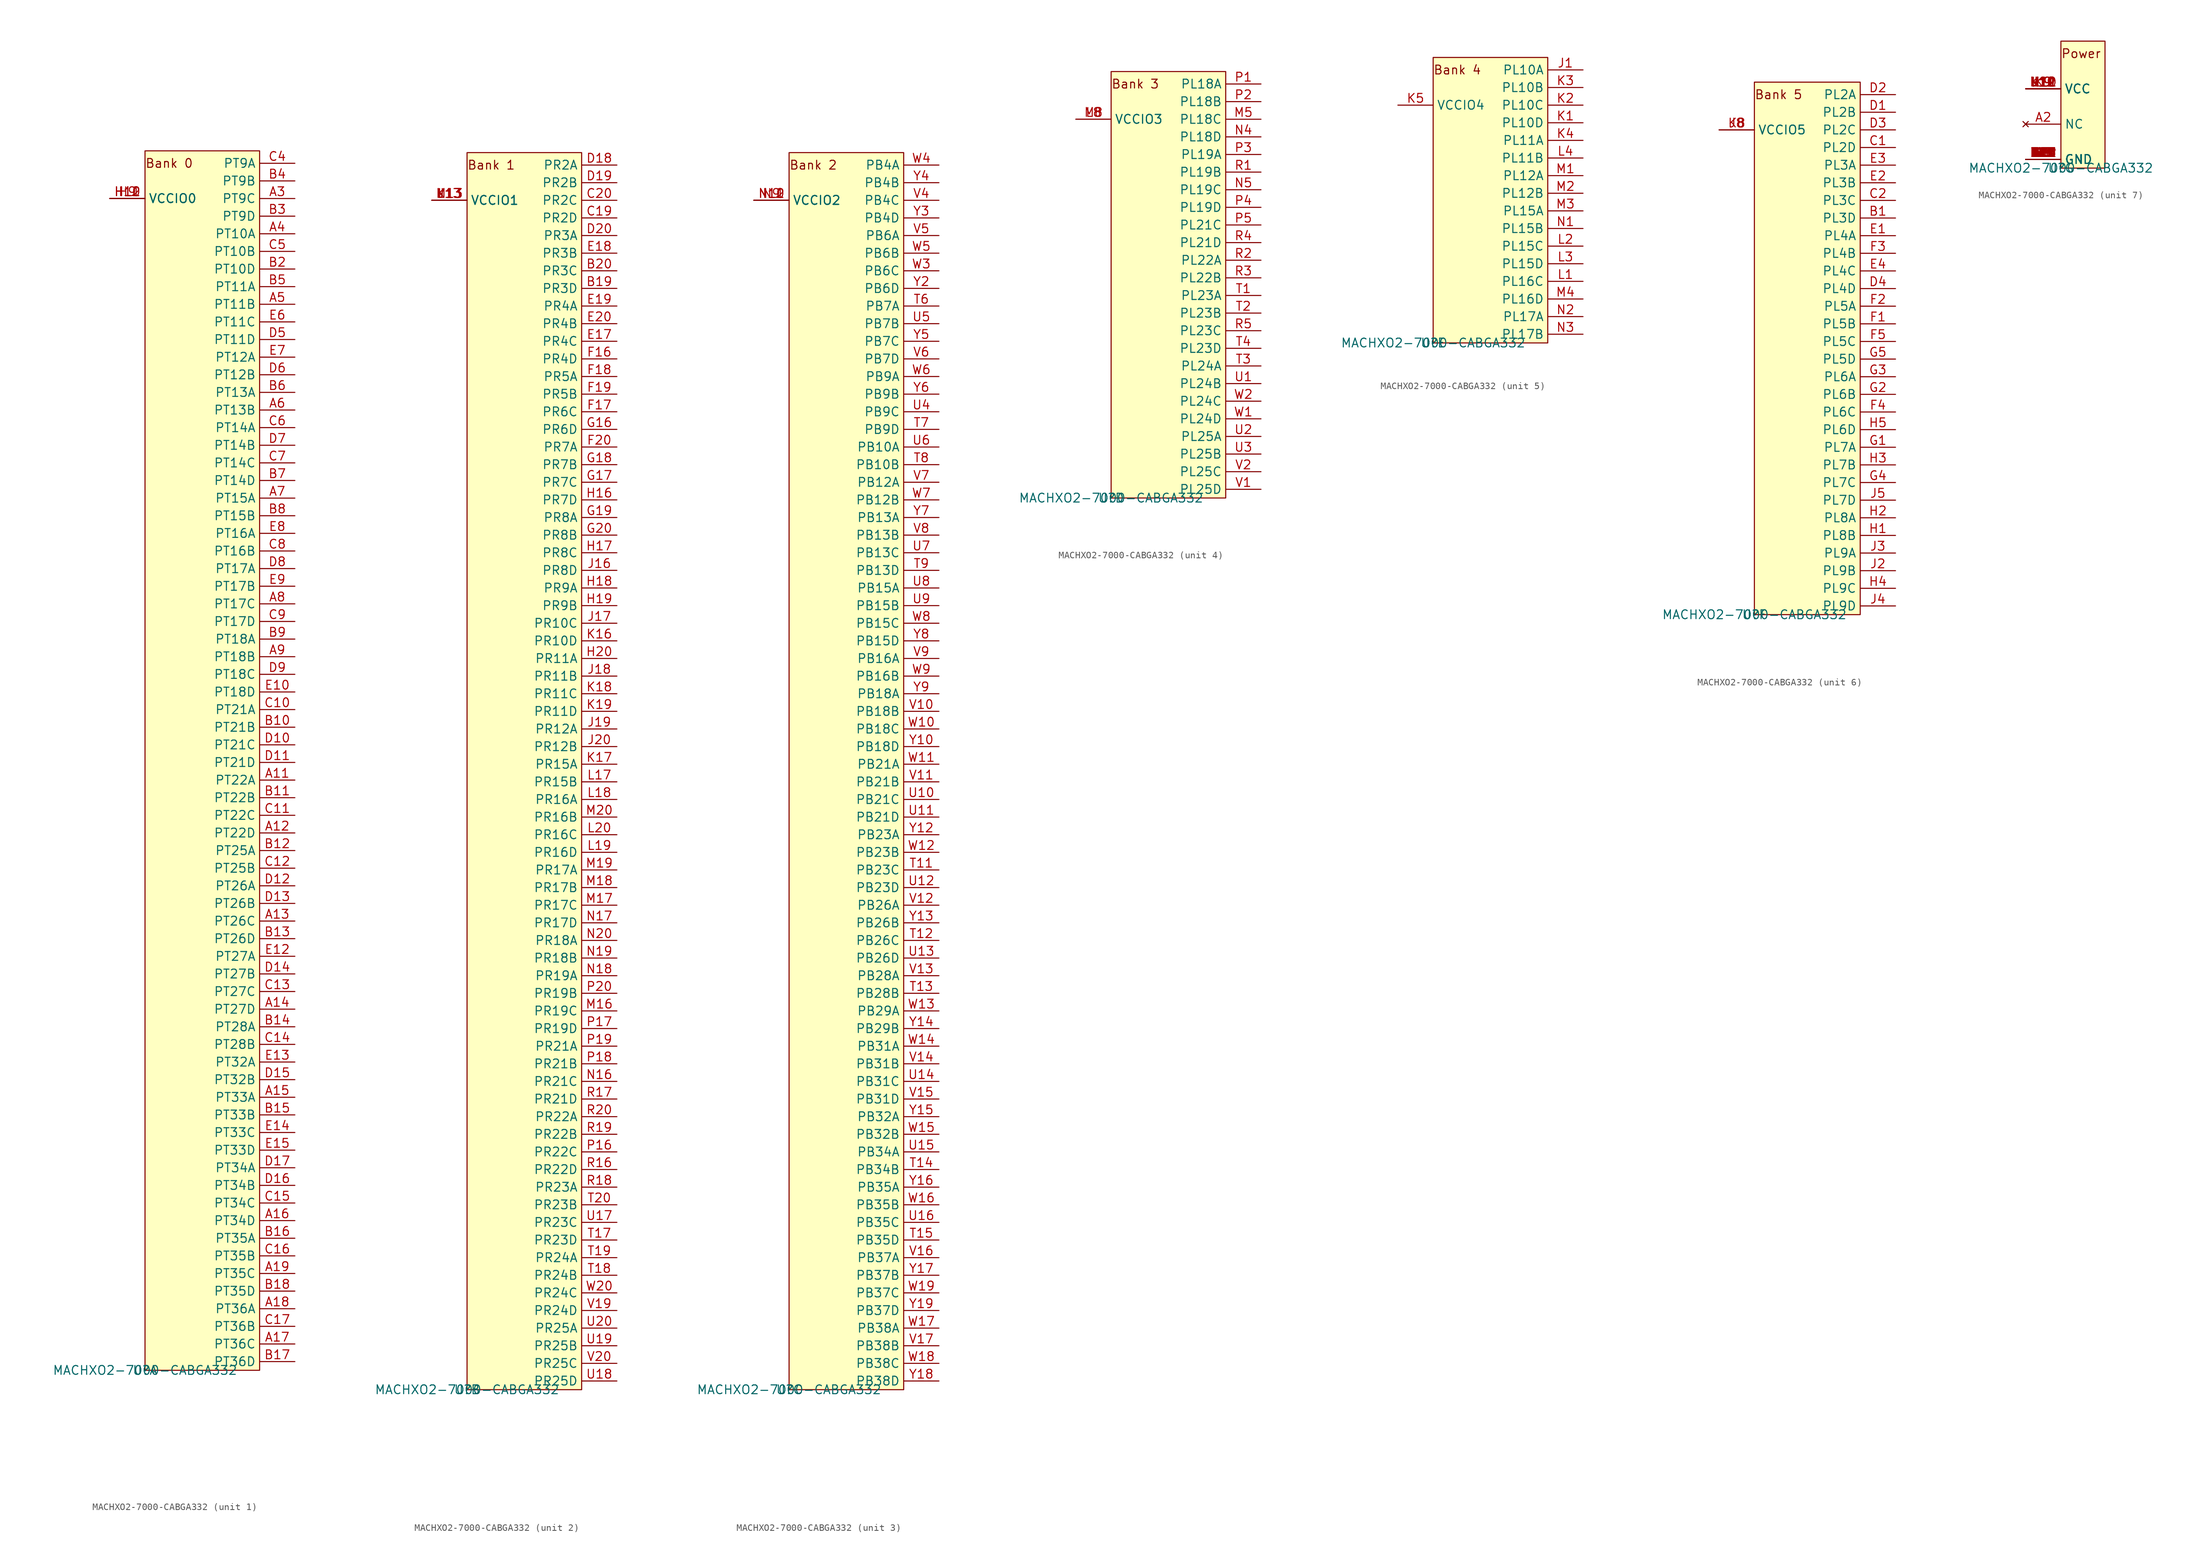
<source format=kicad_sym>
(kicad_symbol_lib
  (version 20211014)
  (generator kicad_symbol_editor)
  (symbol "MACHXO2-7000-CABGA332"
    (property "Reference" "U"
      (at 0 0 0)
      (effects (font (size 1.27 1.27))))
    (property "Value" "MACHXO2-7000-CABGA332"
      (at 0 0 0)
      (effects (font (size 1.27 1.27))))
    (property "ki_locked" ""
      (at 0 0 0)
      (effects (font (size 1.27 1.27))))
    (symbol "MACHXO2-7000-CABGA332_1_0"
      (pin power_in line (at -5.08 168.894 0) (length 5.08) (name "VCCIO0" (effects (font (size 1.27 1.27)))) (number "H9" (effects (font (size 1.27 1.27)))))
      (pin power_in line (at -5.08 168.894 0) (length 5.08) (name "VCCIO0" (effects (font (size 1.27 1.27)))) (number "H10" (effects (font (size 1.27 1.27)))))
      (pin power_in line (at -5.08 168.894 0) (length 5.08) (name "VCCIO0" (effects (font (size 1.27 1.27)))) (number "H11" (effects (font (size 1.27 1.27)))))
      (pin power_in line (at -5.08 168.894 0) (length 5.08) (name "VCCIO0" (effects (font (size 1.27 1.27)))) (number "H12" (effects (font (size 1.27 1.27)))))
      (pin bidirectional line (at 21.59 173.974 180) (length 5.08) (name "PT9A" (effects (font (size 1.27 1.27)))) (number "C4" (effects (font (size 1.27 1.27)))))
      (pin bidirectional line (at 21.59 171.434 180) (length 5.08) (name "PT9B" (effects (font (size 1.27 1.27)))) (number "B4" (effects (font (size 1.27 1.27)))))
      (pin bidirectional line (at 21.59 168.894 180) (length 5.08) (name "PT9C" (effects (font (size 1.27 1.27)))) (number "A3" (effects (font (size 1.27 1.27)))))
      (pin bidirectional line (at 21.59 166.354 180) (length 5.08) (name "PT9D" (effects (font (size 1.27 1.27)))) (number "B3" (effects (font (size 1.27 1.27)))))
      (pin bidirectional line (at 21.59 163.814 180) (length 5.08) (name "PT10A" (effects (font (size 1.27 1.27)))) (number "A4" (effects (font (size 1.27 1.27)))))
      (pin bidirectional line (at 21.59 161.274 180) (length 5.08) (name "PT10B" (effects (font (size 1.27 1.27)))) (number "C5" (effects (font (size 1.27 1.27)))))
      (pin bidirectional line (at 21.59 158.734 180) (length 5.08) (name "PT10D" (effects (font (size 1.27 1.27)))) (number "B2" (effects (font (size 1.27 1.27)))))
      (pin bidirectional line (at 21.59 156.194 180) (length 5.08) (name "PT11A" (effects (font (size 1.27 1.27)))) (number "B5" (effects (font (size 1.27 1.27)))))
      (pin bidirectional line (at 21.59 153.654 180) (length 5.08) (name "PT11B" (effects (font (size 1.27 1.27)))) (number "A5" (effects (font (size 1.27 1.27)))))
      (pin bidirectional line (at 21.59 151.114 180) (length 5.08) (name "PT11C" (effects (font (size 1.27 1.27)))) (number "E6" (effects (font (size 1.27 1.27)))))
      (pin bidirectional line (at 21.59 148.574 180) (length 5.08) (name "PT11D" (effects (font (size 1.27 1.27)))) (number "D5" (effects (font (size 1.27 1.27)))))
      (pin bidirectional line (at 21.59 146.034 180) (length 5.08) (name "PT12A" (effects (font (size 1.27 1.27)))) (number "E7" (effects (font (size 1.27 1.27)))))
      (pin bidirectional line (at 21.59 143.494 180) (length 5.08) (name "PT12B" (effects (font (size 1.27 1.27)))) (number "D6" (effects (font (size 1.27 1.27)))))
      (pin bidirectional line (at 21.59 140.954 180) (length 5.08) (name "PT13A" (effects (font (size 1.27 1.27)))) (number "B6" (effects (font (size 1.27 1.27)))))
      (pin bidirectional line (at 21.59 138.414 180) (length 5.08) (name "PT13B" (effects (font (size 1.27 1.27)))) (number "A6" (effects (font (size 1.27 1.27)))))
      (pin bidirectional line (at 21.59 135.874 180) (length 5.08) (name "PT14A" (effects (font (size 1.27 1.27)))) (number "C6" (effects (font (size 1.27 1.27)))))
      (pin bidirectional line (at 21.59 133.334 180) (length 5.08) (name "PT14B" (effects (font (size 1.27 1.27)))) (number "D7" (effects (font (size 1.27 1.27)))))
      (pin bidirectional line (at 21.59 130.794 180) (length 5.08) (name "PT14C" (effects (font (size 1.27 1.27)))) (number "C7" (effects (font (size 1.27 1.27)))))
      (pin bidirectional line (at 21.59 128.254 180) (length 5.08) (name "PT14D" (effects (font (size 1.27 1.27)))) (number "B7" (effects (font (size 1.27 1.27)))))
      (pin bidirectional line (at 21.59 125.714 180) (length 5.08) (name "PT15A" (effects (font (size 1.27 1.27)))) (number "A7" (effects (font (size 1.27 1.27)))))
      (pin bidirectional line (at 21.59 123.174 180) (length 5.08) (name "PT15B" (effects (font (size 1.27 1.27)))) (number "B8" (effects (font (size 1.27 1.27)))))
      (pin bidirectional line (at 21.59 120.634 180) (length 5.08) (name "PT16A" (effects (font (size 1.27 1.27)))) (number "E8" (effects (font (size 1.27 1.27)))))
      (pin bidirectional line (at 21.59 118.094 180) (length 5.08) (name "PT16B" (effects (font (size 1.27 1.27)))) (number "C8" (effects (font (size 1.27 1.27)))))
      (pin bidirectional line (at 21.59 115.554 180) (length 5.08) (name "PT17A" (effects (font (size 1.27 1.27)))) (number "D8" (effects (font (size 1.27 1.27)))))
      (pin bidirectional line (at 21.59 113.014 180) (length 5.08) (name "PT17B" (effects (font (size 1.27 1.27)))) (number "E9" (effects (font (size 1.27 1.27)))))
      (pin bidirectional line (at 21.59 110.474 180) (length 5.08) (name "PT17C" (effects (font (size 1.27 1.27)))) (number "A8" (effects (font (size 1.27 1.27)))))
      (pin bidirectional line (at 21.59 107.934 180) (length 5.08) (name "PT17D" (effects (font (size 1.27 1.27)))) (number "C9" (effects (font (size 1.27 1.27)))))
      (pin bidirectional line (at 21.59 105.394 180) (length 5.08) (name "PT18A" (effects (font (size 1.27 1.27)))) (number "B9" (effects (font (size 1.27 1.27)))))
      (pin bidirectional line (at 21.59 102.854 180) (length 5.08) (name "PT18B" (effects (font (size 1.27 1.27)))) (number "A9" (effects (font (size 1.27 1.27)))))
      (pin bidirectional line (at 21.59 100.314 180) (length 5.08) (name "PT18C" (effects (font (size 1.27 1.27)))) (number "D9" (effects (font (size 1.27 1.27)))))
      (pin bidirectional line (at 21.59 97.774 180) (length 5.08) (name "PT18D" (effects (font (size 1.27 1.27)))) (number "E10" (effects (font (size 1.27 1.27)))))
      (pin bidirectional line (at 21.59 95.234 180) (length 5.08) (name "PT21A" (effects (font (size 1.27 1.27)))) (number "C10" (effects (font (size 1.27 1.27)))))
      (pin bidirectional line (at 21.59 92.694 180) (length 5.08) (name "PT21B" (effects (font (size 1.27 1.27)))) (number "B10" (effects (font (size 1.27 1.27)))))
      (pin bidirectional line (at 21.59 90.154 180) (length 5.08) (name "PT21C" (effects (font (size 1.27 1.27)))) (number "D10" (effects (font (size 1.27 1.27)))))
      (pin bidirectional line (at 21.59 87.614 180) (length 5.08) (name "PT21D" (effects (font (size 1.27 1.27)))) (number "D11" (effects (font (size 1.27 1.27)))))
      (pin bidirectional line (at 21.59 85.074 180) (length 5.08) (name "PT22A" (effects (font (size 1.27 1.27)))) (number "A11" (effects (font (size 1.27 1.27)))))
      (pin bidirectional line (at 21.59 82.534 180) (length 5.08) (name "PT22B" (effects (font (size 1.27 1.27)))) (number "B11" (effects (font (size 1.27 1.27)))))
      (pin bidirectional line (at 21.59 79.994 180) (length 5.08) (name "PT22C" (effects (font (size 1.27 1.27)))) (number "C11" (effects (font (size 1.27 1.27)))))
      (pin bidirectional line (at 21.59 77.454 180) (length 5.08) (name "PT22D" (effects (font (size 1.27 1.27)))) (number "A12" (effects (font (size 1.27 1.27)))))
      (pin bidirectional line (at 21.59 74.914 180) (length 5.08) (name "PT25A" (effects (font (size 1.27 1.27)))) (number "B12" (effects (font (size 1.27 1.27)))))
      (pin bidirectional line (at 21.59 72.374 180) (length 5.08) (name "PT25B" (effects (font (size 1.27 1.27)))) (number "C12" (effects (font (size 1.27 1.27)))))
      (pin bidirectional line (at 21.59 69.834 180) (length 5.08) (name "PT26A" (effects (font (size 1.27 1.27)))) (number "D12" (effects (font (size 1.27 1.27)))))
      (pin bidirectional line (at 21.59 67.294 180) (length 5.08) (name "PT26B" (effects (font (size 1.27 1.27)))) (number "D13" (effects (font (size 1.27 1.27)))))
      (pin bidirectional line (at 21.59 64.754 180) (length 5.08) (name "PT26C" (effects (font (size 1.27 1.27)))) (number "A13" (effects (font (size 1.27 1.27)))))
      (pin bidirectional line (at 21.59 62.214 180) (length 5.08) (name "PT26D" (effects (font (size 1.27 1.27)))) (number "B13" (effects (font (size 1.27 1.27)))))
      (pin bidirectional line (at 21.59 59.674 180) (length 5.08) (name "PT27A" (effects (font (size 1.27 1.27)))) (number "E12" (effects (font (size 1.27 1.27)))))
      (pin bidirectional line (at 21.59 57.134 180) (length 5.08) (name "PT27B" (effects (font (size 1.27 1.27)))) (number "D14" (effects (font (size 1.27 1.27)))))
      (pin bidirectional line (at 21.59 54.594 180) (length 5.08) (name "PT27C" (effects (font (size 1.27 1.27)))) (number "C13" (effects (font (size 1.27 1.27)))))
      (pin bidirectional line (at 21.59 52.054 180) (length 5.08) (name "PT27D" (effects (font (size 1.27 1.27)))) (number "A14" (effects (font (size 1.27 1.27)))))
      (pin bidirectional line (at 21.59 49.514 180) (length 5.08) (name "PT28A" (effects (font (size 1.27 1.27)))) (number "B14" (effects (font (size 1.27 1.27)))))
      (pin bidirectional line (at 21.59 46.974 180) (length 5.08) (name "PT28B" (effects (font (size 1.27 1.27)))) (number "C14" (effects (font (size 1.27 1.27)))))
      (pin bidirectional line (at 21.59 44.434 180) (length 5.08) (name "PT32A" (effects (font (size 1.27 1.27)))) (number "E13" (effects (font (size 1.27 1.27)))))
      (pin bidirectional line (at 21.59 41.894 180) (length 5.08) (name "PT32B" (effects (font (size 1.27 1.27)))) (number "D15" (effects (font (size 1.27 1.27)))))
      (pin bidirectional line (at 21.59 39.354 180) (length 5.08) (name "PT33A" (effects (font (size 1.27 1.27)))) (number "A15" (effects (font (size 1.27 1.27)))))
      (pin bidirectional line (at 21.59 36.814 180) (length 5.08) (name "PT33B" (effects (font (size 1.27 1.27)))) (number "B15" (effects (font (size 1.27 1.27)))))
      (pin bidirectional line (at 21.59 34.274 180) (length 5.08) (name "PT33C" (effects (font (size 1.27 1.27)))) (number "E14" (effects (font (size 1.27 1.27)))))
      (pin bidirectional line (at 21.59 31.734 180) (length 5.08) (name "PT33D" (effects (font (size 1.27 1.27)))) (number "E15" (effects (font (size 1.27 1.27)))))
      (pin bidirectional line (at 21.59 29.194 180) (length 5.08) (name "PT34A" (effects (font (size 1.27 1.27)))) (number "D17" (effects (font (size 1.27 1.27)))))
      (pin bidirectional line (at 21.59 26.654 180) (length 5.08) (name "PT34B" (effects (font (size 1.27 1.27)))) (number "D16" (effects (font (size 1.27 1.27)))))
      (pin bidirectional line (at 21.59 24.114 180) (length 5.08) (name "PT34C" (effects (font (size 1.27 1.27)))) (number "C15" (effects (font (size 1.27 1.27)))))
      (pin bidirectional line (at 21.59 21.574 180) (length 5.08) (name "PT34D" (effects (font (size 1.27 1.27)))) (number "A16" (effects (font (size 1.27 1.27)))))
      (pin bidirectional line (at 21.59 19.034 180) (length 5.08) (name "PT35A" (effects (font (size 1.27 1.27)))) (number "B16" (effects (font (size 1.27 1.27)))))
      (pin bidirectional line (at 21.59 16.494 180) (length 5.08) (name "PT35B" (effects (font (size 1.27 1.27)))) (number "C16" (effects (font (size 1.27 1.27)))))
      (pin bidirectional line (at 21.59 13.954 180) (length 5.08) (name "PT35C" (effects (font (size 1.27 1.27)))) (number "A19" (effects (font (size 1.27 1.27)))))
      (pin bidirectional line (at 21.59 11.414 180) (length 5.08) (name "PT35D" (effects (font (size 1.27 1.27)))) (number "B18" (effects (font (size 1.27 1.27)))))
      (pin bidirectional line (at 21.59 8.874 180) (length 5.08) (name "PT36A" (effects (font (size 1.27 1.27)))) (number "A18" (effects (font (size 1.27 1.27)))))
      (pin bidirectional line (at 21.59 6.334 180) (length 5.08) (name "PT36B" (effects (font (size 1.27 1.27)))) (number "C17" (effects (font (size 1.27 1.27)))))
      (pin bidirectional line (at 21.59 3.794 180) (length 5.08) (name "PT36C" (effects (font (size 1.27 1.27)))) (number "A17" (effects (font (size 1.27 1.27)))))
      (pin bidirectional line (at 21.59 1.254 180) (length 5.08) (name "PT36D" (effects (font (size 1.27 1.27)))) (number "B17" (effects (font (size 1.27 1.27))))))
    (symbol "MACHXO2-7000-CABGA332_1_1"
      (rectangle (start 0 0) (end 16.51 175.768) (stroke (width 0) (type default) (color 0 0 0 0)) (fill (type background)))
      (text "Bank 0" (at 0 173.974 0) (effects (font (size 1.27 1.27)) (justify left))))
    (symbol "MACHXO2-7000-CABGA332_2_0"
      (pin power_in line (at -5.08 171.434 0) (length 5.08) (name "VCCIO1" (effects (font (size 1.27 1.27)))) (number "J13" (effects (font (size 1.27 1.27)))))
      (pin power_in line (at -5.08 171.434 0) (length 5.08) (name "VCCIO1" (effects (font (size 1.27 1.27)))) (number "K13" (effects (font (size 1.27 1.27)))))
      (pin power_in line (at -5.08 171.434 0) (length 5.08) (name "VCCIO1" (effects (font (size 1.27 1.27)))) (number "L13" (effects (font (size 1.27 1.27)))))
      (pin power_in line (at -5.08 171.434 0) (length 5.08) (name "VCCIO1" (effects (font (size 1.27 1.27)))) (number "M13" (effects (font (size 1.27 1.27)))))
      (pin bidirectional line (at 21.59 176.514 180) (length 5.08) (name "PR2A" (effects (font (size 1.27 1.27)))) (number "D18" (effects (font (size 1.27 1.27)))))
      (pin bidirectional line (at 21.59 173.974 180) (length 5.08) (name "PR2B" (effects (font (size 1.27 1.27)))) (number "D19" (effects (font (size 1.27 1.27)))))
      (pin bidirectional line (at 21.59 171.434 180) (length 5.08) (name "PR2C" (effects (font (size 1.27 1.27)))) (number "C20" (effects (font (size 1.27 1.27)))))
      (pin bidirectional line (at 21.59 168.894 180) (length 5.08) (name "PR2D" (effects (font (size 1.27 1.27)))) (number "C19" (effects (font (size 1.27 1.27)))))
      (pin bidirectional line (at 21.59 166.354 180) (length 5.08) (name "PR3A" (effects (font (size 1.27 1.27)))) (number "D20" (effects (font (size 1.27 1.27)))))
      (pin bidirectional line (at 21.59 163.814 180) (length 5.08) (name "PR3B" (effects (font (size 1.27 1.27)))) (number "E18" (effects (font (size 1.27 1.27)))))
      (pin bidirectional line (at 21.59 161.274 180) (length 5.08) (name "PR3C" (effects (font (size 1.27 1.27)))) (number "B20" (effects (font (size 1.27 1.27)))))
      (pin bidirectional line (at 21.59 158.734 180) (length 5.08) (name "PR3D" (effects (font (size 1.27 1.27)))) (number "B19" (effects (font (size 1.27 1.27)))))
      (pin bidirectional line (at 21.59 156.194 180) (length 5.08) (name "PR4A" (effects (font (size 1.27 1.27)))) (number "E19" (effects (font (size 1.27 1.27)))))
      (pin bidirectional line (at 21.59 153.654 180) (length 5.08) (name "PR4B" (effects (font (size 1.27 1.27)))) (number "E20" (effects (font (size 1.27 1.27)))))
      (pin bidirectional line (at 21.59 151.114 180) (length 5.08) (name "PR4C" (effects (font (size 1.27 1.27)))) (number "E17" (effects (font (size 1.27 1.27)))))
      (pin bidirectional line (at 21.59 148.574 180) (length 5.08) (name "PR4D" (effects (font (size 1.27 1.27)))) (number "F16" (effects (font (size 1.27 1.27)))))
      (pin bidirectional line (at 21.59 146.034 180) (length 5.08) (name "PR5A" (effects (font (size 1.27 1.27)))) (number "F18" (effects (font (size 1.27 1.27)))))
      (pin bidirectional line (at 21.59 143.494 180) (length 5.08) (name "PR5B" (effects (font (size 1.27 1.27)))) (number "F19" (effects (font (size 1.27 1.27)))))
      (pin bidirectional line (at 21.59 140.954 180) (length 5.08) (name "PR6C" (effects (font (size 1.27 1.27)))) (number "F17" (effects (font (size 1.27 1.27)))))
      (pin bidirectional line (at 21.59 138.414 180) (length 5.08) (name "PR6D" (effects (font (size 1.27 1.27)))) (number "G16" (effects (font (size 1.27 1.27)))))
      (pin bidirectional line (at 21.59 135.874 180) (length 5.08) (name "PR7A" (effects (font (size 1.27 1.27)))) (number "F20" (effects (font (size 1.27 1.27)))))
      (pin bidirectional line (at 21.59 133.334 180) (length 5.08) (name "PR7B" (effects (font (size 1.27 1.27)))) (number "G18" (effects (font (size 1.27 1.27)))))
      (pin bidirectional line (at 21.59 130.794 180) (length 5.08) (name "PR7C" (effects (font (size 1.27 1.27)))) (number "G17" (effects (font (size 1.27 1.27)))))
      (pin bidirectional line (at 21.59 128.254 180) (length 5.08) (name "PR7D" (effects (font (size 1.27 1.27)))) (number "H16" (effects (font (size 1.27 1.27)))))
      (pin bidirectional line (at 21.59 125.714 180) (length 5.08) (name "PR8A" (effects (font (size 1.27 1.27)))) (number "G19" (effects (font (size 1.27 1.27)))))
      (pin bidirectional line (at 21.59 123.174 180) (length 5.08) (name "PR8B" (effects (font (size 1.27 1.27)))) (number "G20" (effects (font (size 1.27 1.27)))))
      (pin bidirectional line (at 21.59 120.634 180) (length 5.08) (name "PR8C" (effects (font (size 1.27 1.27)))) (number "H17" (effects (font (size 1.27 1.27)))))
      (pin bidirectional line (at 21.59 118.094 180) (length 5.08) (name "PR8D" (effects (font (size 1.27 1.27)))) (number "J16" (effects (font (size 1.27 1.27)))))
      (pin bidirectional line (at 21.59 115.554 180) (length 5.08) (name "PR9A" (effects (font (size 1.27 1.27)))) (number "H18" (effects (font (size 1.27 1.27)))))
      (pin bidirectional line (at 21.59 113.014 180) (length 5.08) (name "PR9B" (effects (font (size 1.27 1.27)))) (number "H19" (effects (font (size 1.27 1.27)))))
      (pin bidirectional line (at 21.59 110.474 180) (length 5.08) (name "PR10C" (effects (font (size 1.27 1.27)))) (number "J17" (effects (font (size 1.27 1.27)))))
      (pin bidirectional line (at 21.59 107.934 180) (length 5.08) (name "PR10D" (effects (font (size 1.27 1.27)))) (number "K16" (effects (font (size 1.27 1.27)))))
      (pin bidirectional line (at 21.59 105.394 180) (length 5.08) (name "PR11A" (effects (font (size 1.27 1.27)))) (number "H20" (effects (font (size 1.27 1.27)))))
      (pin bidirectional line (at 21.59 102.854 180) (length 5.08) (name "PR11B" (effects (font (size 1.27 1.27)))) (number "J18" (effects (font (size 1.27 1.27)))))
      (pin bidirectional line (at 21.59 100.314 180) (length 5.08) (name "PR11C" (effects (font (size 1.27 1.27)))) (number "K18" (effects (font (size 1.27 1.27)))))
      (pin bidirectional line (at 21.59 97.774 180) (length 5.08) (name "PR11D" (effects (font (size 1.27 1.27)))) (number "K19" (effects (font (size 1.27 1.27)))))
      (pin bidirectional line (at 21.59 95.234 180) (length 5.08) (name "PR12A" (effects (font (size 1.27 1.27)))) (number "J19" (effects (font (size 1.27 1.27)))))
      (pin bidirectional line (at 21.59 92.694 180) (length 5.08) (name "PR12B" (effects (font (size 1.27 1.27)))) (number "J20" (effects (font (size 1.27 1.27)))))
      (pin bidirectional line (at 21.59 90.154 180) (length 5.08) (name "PR15A" (effects (font (size 1.27 1.27)))) (number "K17" (effects (font (size 1.27 1.27)))))
      (pin bidirectional line (at 21.59 87.614 180) (length 5.08) (name "PR15B" (effects (font (size 1.27 1.27)))) (number "L17" (effects (font (size 1.27 1.27)))))
      (pin bidirectional line (at 21.59 85.074 180) (length 5.08) (name "PR16A" (effects (font (size 1.27 1.27)))) (number "L18" (effects (font (size 1.27 1.27)))))
      (pin bidirectional line (at 21.59 82.534 180) (length 5.08) (name "PR16B" (effects (font (size 1.27 1.27)))) (number "M20" (effects (font (size 1.27 1.27)))))
      (pin bidirectional line (at 21.59 79.994 180) (length 5.08) (name "PR16C" (effects (font (size 1.27 1.27)))) (number "L20" (effects (font (size 1.27 1.27)))))
      (pin bidirectional line (at 21.59 77.454 180) (length 5.08) (name "PR16D" (effects (font (size 1.27 1.27)))) (number "L19" (effects (font (size 1.27 1.27)))))
      (pin bidirectional line (at 21.59 74.914 180) (length 5.08) (name "PR17A" (effects (font (size 1.27 1.27)))) (number "M19" (effects (font (size 1.27 1.27)))))
      (pin bidirectional line (at 21.59 72.374 180) (length 5.08) (name "PR17B" (effects (font (size 1.27 1.27)))) (number "M18" (effects (font (size 1.27 1.27)))))
      (pin bidirectional line (at 21.59 69.834 180) (length 5.08) (name "PR17C" (effects (font (size 1.27 1.27)))) (number "M17" (effects (font (size 1.27 1.27)))))
      (pin bidirectional line (at 21.59 67.294 180) (length 5.08) (name "PR17D" (effects (font (size 1.27 1.27)))) (number "N17" (effects (font (size 1.27 1.27)))))
      (pin bidirectional line (at 21.59 64.754 180) (length 5.08) (name "PR18A" (effects (font (size 1.27 1.27)))) (number "N20" (effects (font (size 1.27 1.27)))))
      (pin bidirectional line (at 21.59 62.214 180) (length 5.08) (name "PR18B" (effects (font (size 1.27 1.27)))) (number "N19" (effects (font (size 1.27 1.27)))))
      (pin bidirectional line (at 21.59 59.674 180) (length 5.08) (name "PR19A" (effects (font (size 1.27 1.27)))) (number "N18" (effects (font (size 1.27 1.27)))))
      (pin bidirectional line (at 21.59 57.134 180) (length 5.08) (name "PR19B" (effects (font (size 1.27 1.27)))) (number "P20" (effects (font (size 1.27 1.27)))))
      (pin bidirectional line (at 21.59 54.594 180) (length 5.08) (name "PR19C" (effects (font (size 1.27 1.27)))) (number "M16" (effects (font (size 1.27 1.27)))))
      (pin bidirectional line (at 21.59 52.054 180) (length 5.08) (name "PR19D" (effects (font (size 1.27 1.27)))) (number "P17" (effects (font (size 1.27 1.27)))))
      (pin bidirectional line (at 21.59 49.514 180) (length 5.08) (name "PR21A" (effects (font (size 1.27 1.27)))) (number "P19" (effects (font (size 1.27 1.27)))))
      (pin bidirectional line (at 21.59 46.974 180) (length 5.08) (name "PR21B" (effects (font (size 1.27 1.27)))) (number "P18" (effects (font (size 1.27 1.27)))))
      (pin bidirectional line (at 21.59 44.434 180) (length 5.08) (name "PR21C" (effects (font (size 1.27 1.27)))) (number "N16" (effects (font (size 1.27 1.27)))))
      (pin bidirectional line (at 21.59 41.894 180) (length 5.08) (name "PR21D" (effects (font (size 1.27 1.27)))) (number "R17" (effects (font (size 1.27 1.27)))))
      (pin bidirectional line (at 21.59 39.354 180) (length 5.08) (name "PR22A" (effects (font (size 1.27 1.27)))) (number "R20" (effects (font (size 1.27 1.27)))))
      (pin bidirectional line (at 21.59 36.814 180) (length 5.08) (name "PR22B" (effects (font (size 1.27 1.27)))) (number "R19" (effects (font (size 1.27 1.27)))))
      (pin bidirectional line (at 21.59 34.274 180) (length 5.08) (name "PR22C" (effects (font (size 1.27 1.27)))) (number "P16" (effects (font (size 1.27 1.27)))))
      (pin bidirectional line (at 21.59 31.734 180) (length 5.08) (name "PR22D" (effects (font (size 1.27 1.27)))) (number "R16" (effects (font (size 1.27 1.27)))))
      (pin bidirectional line (at 21.59 29.194 180) (length 5.08) (name "PR23A" (effects (font (size 1.27 1.27)))) (number "R18" (effects (font (size 1.27 1.27)))))
      (pin bidirectional line (at 21.59 26.654 180) (length 5.08) (name "PR23B" (effects (font (size 1.27 1.27)))) (number "T20" (effects (font (size 1.27 1.27)))))
      (pin bidirectional line (at 21.59 24.114 180) (length 5.08) (name "PR23C" (effects (font (size 1.27 1.27)))) (number "U17" (effects (font (size 1.27 1.27)))))
      (pin bidirectional line (at 21.59 21.574 180) (length 5.08) (name "PR23D" (effects (font (size 1.27 1.27)))) (number "T17" (effects (font (size 1.27 1.27)))))
      (pin bidirectional line (at 21.59 19.034 180) (length 5.08) (name "PR24A" (effects (font (size 1.27 1.27)))) (number "T19" (effects (font (size 1.27 1.27)))))
      (pin bidirectional line (at 21.59 16.494 180) (length 5.08) (name "PR24B" (effects (font (size 1.27 1.27)))) (number "T18" (effects (font (size 1.27 1.27)))))
      (pin bidirectional line (at 21.59 13.954 180) (length 5.08) (name "PR24C" (effects (font (size 1.27 1.27)))) (number "W20" (effects (font (size 1.27 1.27)))))
      (pin bidirectional line (at 21.59 11.414 180) (length 5.08) (name "PR24D" (effects (font (size 1.27 1.27)))) (number "V19" (effects (font (size 1.27 1.27)))))
      (pin bidirectional line (at 21.59 8.874 180) (length 5.08) (name "PR25A" (effects (font (size 1.27 1.27)))) (number "U20" (effects (font (size 1.27 1.27)))))
      (pin bidirectional line (at 21.59 6.334 180) (length 5.08) (name "PR25B" (effects (font (size 1.27 1.27)))) (number "U19" (effects (font (size 1.27 1.27)))))
      (pin bidirectional line (at 21.59 3.794 180) (length 5.08) (name "PR25C" (effects (font (size 1.27 1.27)))) (number "V20" (effects (font (size 1.27 1.27)))))
      (pin bidirectional line (at 21.59 1.254 180) (length 5.08) (name "PR25D" (effects (font (size 1.27 1.27)))) (number "U18" (effects (font (size 1.27 1.27))))))
    (symbol "MACHXO2-7000-CABGA332_2_1"
      (rectangle (start 0 0) (end 16.51 178.308) (stroke (width 0) (type default) (color 0 0 0 0)) (fill (type background)))
      (text "Bank 1" (at 0 176.514 0) (effects (font (size 1.27 1.27)) (justify left))))
    (symbol "MACHXO2-7000-CABGA332_3_0"
      (pin power_in line (at -5.08 171.434 0) (length 5.08) (name "VCCIO2" (effects (font (size 1.27 1.27)))) (number "N9" (effects (font (size 1.27 1.27)))))
      (pin power_in line (at -5.08 171.434 0) (length 5.08) (name "VCCIO2" (effects (font (size 1.27 1.27)))) (number "N10" (effects (font (size 1.27 1.27)))))
      (pin power_in line (at -5.08 171.434 0) (length 5.08) (name "VCCIO2" (effects (font (size 1.27 1.27)))) (number "N11" (effects (font (size 1.27 1.27)))))
      (pin power_in line (at -5.08 171.434 0) (length 5.08) (name "VCCIO2" (effects (font (size 1.27 1.27)))) (number "N12" (effects (font (size 1.27 1.27)))))
      (pin bidirectional line (at 21.59 176.514 180) (length 5.08) (name "PB4A" (effects (font (size 1.27 1.27)))) (number "W4" (effects (font (size 1.27 1.27)))))
      (pin bidirectional line (at 21.59 173.974 180) (length 5.08) (name "PB4B" (effects (font (size 1.27 1.27)))) (number "Y4" (effects (font (size 1.27 1.27)))))
      (pin bidirectional line (at 21.59 171.434 180) (length 5.08) (name "PB4C" (effects (font (size 1.27 1.27)))) (number "V4" (effects (font (size 1.27 1.27)))))
      (pin bidirectional line (at 21.59 168.894 180) (length 5.08) (name "PB4D" (effects (font (size 1.27 1.27)))) (number "Y3" (effects (font (size 1.27 1.27)))))
      (pin bidirectional line (at 21.59 166.354 180) (length 5.08) (name "PB6A" (effects (font (size 1.27 1.27)))) (number "V5" (effects (font (size 1.27 1.27)))))
      (pin bidirectional line (at 21.59 163.814 180) (length 5.08) (name "PB6B" (effects (font (size 1.27 1.27)))) (number "W5" (effects (font (size 1.27 1.27)))))
      (pin bidirectional line (at 21.59 161.274 180) (length 5.08) (name "PB6C" (effects (font (size 1.27 1.27)))) (number "W3" (effects (font (size 1.27 1.27)))))
      (pin bidirectional line (at 21.59 158.734 180) (length 5.08) (name "PB6D" (effects (font (size 1.27 1.27)))) (number "Y2" (effects (font (size 1.27 1.27)))))
      (pin bidirectional line (at 21.59 156.194 180) (length 5.08) (name "PB7A" (effects (font (size 1.27 1.27)))) (number "T6" (effects (font (size 1.27 1.27)))))
      (pin bidirectional line (at 21.59 153.654 180) (length 5.08) (name "PB7B" (effects (font (size 1.27 1.27)))) (number "U5" (effects (font (size 1.27 1.27)))))
      (pin bidirectional line (at 21.59 151.114 180) (length 5.08) (name "PB7C" (effects (font (size 1.27 1.27)))) (number "Y5" (effects (font (size 1.27 1.27)))))
      (pin bidirectional line (at 21.59 148.574 180) (length 5.08) (name "PB7D" (effects (font (size 1.27 1.27)))) (number "V6" (effects (font (size 1.27 1.27)))))
      (pin bidirectional line (at 21.59 146.034 180) (length 5.08) (name "PB9A" (effects (font (size 1.27 1.27)))) (number "W6" (effects (font (size 1.27 1.27)))))
      (pin bidirectional line (at 21.59 143.494 180) (length 5.08) (name "PB9B" (effects (font (size 1.27 1.27)))) (number "Y6" (effects (font (size 1.27 1.27)))))
      (pin bidirectional line (at 21.59 140.954 180) (length 5.08) (name "PB9C" (effects (font (size 1.27 1.27)))) (number "U4" (effects (font (size 1.27 1.27)))))
      (pin bidirectional line (at 21.59 138.414 180) (length 5.08) (name "PB9D" (effects (font (size 1.27 1.27)))) (number "T7" (effects (font (size 1.27 1.27)))))
      (pin bidirectional line (at 21.59 135.874 180) (length 5.08) (name "PB10A" (effects (font (size 1.27 1.27)))) (number "U6" (effects (font (size 1.27 1.27)))))
      (pin bidirectional line (at 21.59 133.334 180) (length 5.08) (name "PB10B" (effects (font (size 1.27 1.27)))) (number "T8" (effects (font (size 1.27 1.27)))))
      (pin bidirectional line (at 21.59 130.794 180) (length 5.08) (name "PB12A" (effects (font (size 1.27 1.27)))) (number "V7" (effects (font (size 1.27 1.27)))))
      (pin bidirectional line (at 21.59 128.254 180) (length 5.08) (name "PB12B" (effects (font (size 1.27 1.27)))) (number "W7" (effects (font (size 1.27 1.27)))))
      (pin bidirectional line (at 21.59 125.714 180) (length 5.08) (name "PB13A" (effects (font (size 1.27 1.27)))) (number "Y7" (effects (font (size 1.27 1.27)))))
      (pin bidirectional line (at 21.59 123.174 180) (length 5.08) (name "PB13B" (effects (font (size 1.27 1.27)))) (number "V8" (effects (font (size 1.27 1.27)))))
      (pin bidirectional line (at 21.59 120.634 180) (length 5.08) (name "PB13C" (effects (font (size 1.27 1.27)))) (number "U7" (effects (font (size 1.27 1.27)))))
      (pin bidirectional line (at 21.59 118.094 180) (length 5.08) (name "PB13D" (effects (font (size 1.27 1.27)))) (number "T9" (effects (font (size 1.27 1.27)))))
      (pin bidirectional line (at 21.59 115.554 180) (length 5.08) (name "PB15A" (effects (font (size 1.27 1.27)))) (number "U8" (effects (font (size 1.27 1.27)))))
      (pin bidirectional line (at 21.59 113.014 180) (length 5.08) (name "PB15B" (effects (font (size 1.27 1.27)))) (number "U9" (effects (font (size 1.27 1.27)))))
      (pin bidirectional line (at 21.59 110.474 180) (length 5.08) (name "PB15C" (effects (font (size 1.27 1.27)))) (number "W8" (effects (font (size 1.27 1.27)))))
      (pin bidirectional line (at 21.59 107.934 180) (length 5.08) (name "PB15D" (effects (font (size 1.27 1.27)))) (number "Y8" (effects (font (size 1.27 1.27)))))
      (pin bidirectional line (at 21.59 105.394 180) (length 5.08) (name "PB16A" (effects (font (size 1.27 1.27)))) (number "V9" (effects (font (size 1.27 1.27)))))
      (pin bidirectional line (at 21.59 102.854 180) (length 5.08) (name "PB16B" (effects (font (size 1.27 1.27)))) (number "W9" (effects (font (size 1.27 1.27)))))
      (pin bidirectional line (at 21.59 100.314 180) (length 5.08) (name "PB18A" (effects (font (size 1.27 1.27)))) (number "Y9" (effects (font (size 1.27 1.27)))))
      (pin bidirectional line (at 21.59 97.774 180) (length 5.08) (name "PB18B" (effects (font (size 1.27 1.27)))) (number "V10" (effects (font (size 1.27 1.27)))))
      (pin bidirectional line (at 21.59 95.234 180) (length 5.08) (name "PB18C" (effects (font (size 1.27 1.27)))) (number "W10" (effects (font (size 1.27 1.27)))))
      (pin bidirectional line (at 21.59 92.694 180) (length 5.08) (name "PB18D" (effects (font (size 1.27 1.27)))) (number "Y10" (effects (font (size 1.27 1.27)))))
      (pin bidirectional line (at 21.59 90.154 180) (length 5.08) (name "PB21A" (effects (font (size 1.27 1.27)))) (number "W11" (effects (font (size 1.27 1.27)))))
      (pin bidirectional line (at 21.59 87.614 180) (length 5.08) (name "PB21B" (effects (font (size 1.27 1.27)))) (number "V11" (effects (font (size 1.27 1.27)))))
      (pin bidirectional line (at 21.59 85.074 180) (length 5.08) (name "PB21C" (effects (font (size 1.27 1.27)))) (number "U10" (effects (font (size 1.27 1.27)))))
      (pin bidirectional line (at 21.59 82.534 180) (length 5.08) (name "PB21D" (effects (font (size 1.27 1.27)))) (number "U11" (effects (font (size 1.27 1.27)))))
      (pin bidirectional line (at 21.59 79.994 180) (length 5.08) (name "PB23A" (effects (font (size 1.27 1.27)))) (number "Y12" (effects (font (size 1.27 1.27)))))
      (pin bidirectional line (at 21.59 77.454 180) (length 5.08) (name "PB23B" (effects (font (size 1.27 1.27)))) (number "W12" (effects (font (size 1.27 1.27)))))
      (pin bidirectional line (at 21.59 74.914 180) (length 5.08) (name "PB23C" (effects (font (size 1.27 1.27)))) (number "T11" (effects (font (size 1.27 1.27)))))
      (pin bidirectional line (at 21.59 72.374 180) (length 5.08) (name "PB23D" (effects (font (size 1.27 1.27)))) (number "U12" (effects (font (size 1.27 1.27)))))
      (pin bidirectional line (at 21.59 69.834 180) (length 5.08) (name "PB26A" (effects (font (size 1.27 1.27)))) (number "V12" (effects (font (size 1.27 1.27)))))
      (pin bidirectional line (at 21.59 67.294 180) (length 5.08) (name "PB26B" (effects (font (size 1.27 1.27)))) (number "Y13" (effects (font (size 1.27 1.27)))))
      (pin bidirectional line (at 21.59 64.754 180) (length 5.08) (name "PB26C" (effects (font (size 1.27 1.27)))) (number "T12" (effects (font (size 1.27 1.27)))))
      (pin bidirectional line (at 21.59 62.214 180) (length 5.08) (name "PB26D" (effects (font (size 1.27 1.27)))) (number "U13" (effects (font (size 1.27 1.27)))))
      (pin bidirectional line (at 21.59 59.674 180) (length 5.08) (name "PB28A" (effects (font (size 1.27 1.27)))) (number "V13" (effects (font (size 1.27 1.27)))))
      (pin bidirectional line (at 21.59 57.134 180) (length 5.08) (name "PB28B" (effects (font (size 1.27 1.27)))) (number "T13" (effects (font (size 1.27 1.27)))))
      (pin bidirectional line (at 21.59 54.594 180) (length 5.08) (name "PB29A" (effects (font (size 1.27 1.27)))) (number "W13" (effects (font (size 1.27 1.27)))))
      (pin bidirectional line (at 21.59 52.054 180) (length 5.08) (name "PB29B" (effects (font (size 1.27 1.27)))) (number "Y14" (effects (font (size 1.27 1.27)))))
      (pin bidirectional line (at 21.59 49.514 180) (length 5.08) (name "PB31A" (effects (font (size 1.27 1.27)))) (number "W14" (effects (font (size 1.27 1.27)))))
      (pin bidirectional line (at 21.59 46.974 180) (length 5.08) (name "PB31B" (effects (font (size 1.27 1.27)))) (number "V14" (effects (font (size 1.27 1.27)))))
      (pin bidirectional line (at 21.59 44.434 180) (length 5.08) (name "PB31C" (effects (font (size 1.27 1.27)))) (number "U14" (effects (font (size 1.27 1.27)))))
      (pin bidirectional line (at 21.59 41.894 180) (length 5.08) (name "PB31D" (effects (font (size 1.27 1.27)))) (number "V15" (effects (font (size 1.27 1.27)))))
      (pin bidirectional line (at 21.59 39.354 180) (length 5.08) (name "PB32A" (effects (font (size 1.27 1.27)))) (number "Y15" (effects (font (size 1.27 1.27)))))
      (pin bidirectional line (at 21.59 36.814 180) (length 5.08) (name "PB32B" (effects (font (size 1.27 1.27)))) (number "W15" (effects (font (size 1.27 1.27)))))
      (pin bidirectional line (at 21.59 34.274 180) (length 5.08) (name "PB34A" (effects (font (size 1.27 1.27)))) (number "U15" (effects (font (size 1.27 1.27)))))
      (pin bidirectional line (at 21.59 31.734 180) (length 5.08) (name "PB34B" (effects (font (size 1.27 1.27)))) (number "T14" (effects (font (size 1.27 1.27)))))
      (pin bidirectional line (at 21.59 29.194 180) (length 5.08) (name "PB35A" (effects (font (size 1.27 1.27)))) (number "Y16" (effects (font (size 1.27 1.27)))))
      (pin bidirectional line (at 21.59 26.654 180) (length 5.08) (name "PB35B" (effects (font (size 1.27 1.27)))) (number "W16" (effects (font (size 1.27 1.27)))))
      (pin bidirectional line (at 21.59 24.114 180) (length 5.08) (name "PB35C" (effects (font (size 1.27 1.27)))) (number "U16" (effects (font (size 1.27 1.27)))))
      (pin bidirectional line (at 21.59 21.574 180) (length 5.08) (name "PB35D" (effects (font (size 1.27 1.27)))) (number "T15" (effects (font (size 1.27 1.27)))))
      (pin bidirectional line (at 21.59 19.034 180) (length 5.08) (name "PB37A" (effects (font (size 1.27 1.27)))) (number "V16" (effects (font (size 1.27 1.27)))))
      (pin bidirectional line (at 21.59 16.494 180) (length 5.08) (name "PB37B" (effects (font (size 1.27 1.27)))) (number "Y17" (effects (font (size 1.27 1.27)))))
      (pin bidirectional line (at 21.59 13.954 180) (length 5.08) (name "PB37C" (effects (font (size 1.27 1.27)))) (number "W19" (effects (font (size 1.27 1.27)))))
      (pin bidirectional line (at 21.59 11.414 180) (length 5.08) (name "PB37D" (effects (font (size 1.27 1.27)))) (number "Y19" (effects (font (size 1.27 1.27)))))
      (pin bidirectional line (at 21.59 8.874 180) (length 5.08) (name "PB38A" (effects (font (size 1.27 1.27)))) (number "W17" (effects (font (size 1.27 1.27)))))
      (pin bidirectional line (at 21.59 6.334 180) (length 5.08) (name "PB38B" (effects (font (size 1.27 1.27)))) (number "V17" (effects (font (size 1.27 1.27)))))
      (pin bidirectional line (at 21.59 3.794 180) (length 5.08) (name "PB38C" (effects (font (size 1.27 1.27)))) (number "W18" (effects (font (size 1.27 1.27)))))
      (pin bidirectional line (at 21.59 1.254 180) (length 5.08) (name "PB38D" (effects (font (size 1.27 1.27)))) (number "Y18" (effects (font (size 1.27 1.27))))))
    (symbol "MACHXO2-7000-CABGA332_3_1"
      (rectangle (start 0 0) (end 16.51 178.308) (stroke (width 0) (type default) (color 0 0 0 0)) (fill (type background)))
      (text "Bank 2" (at 0 176.514 0) (effects (font (size 1.27 1.27)) (justify left))))
    (symbol "MACHXO2-7000-CABGA332_4_0"
      (pin power_in line (at -5.08 54.594 0) (length 5.08) (name "VCCIO3" (effects (font (size 1.27 1.27)))) (number "L8" (effects (font (size 1.27 1.27)))))
      (pin power_in line (at -5.08 54.594 0) (length 5.08) (name "VCCIO3" (effects (font (size 1.27 1.27)))) (number "M8" (effects (font (size 1.27 1.27)))))
      (pin bidirectional line (at 21.59 59.674 180) (length 5.08) (name "PL18A" (effects (font (size 1.27 1.27)))) (number "P1" (effects (font (size 1.27 1.27)))))
      (pin bidirectional line (at 21.59 57.134 180) (length 5.08) (name "PL18B" (effects (font (size 1.27 1.27)))) (number "P2" (effects (font (size 1.27 1.27)))))
      (pin bidirectional line (at 21.59 54.594 180) (length 5.08) (name "PL18C" (effects (font (size 1.27 1.27)))) (number "M5" (effects (font (size 1.27 1.27)))))
      (pin bidirectional line (at 21.59 52.054 180) (length 5.08) (name "PL18D" (effects (font (size 1.27 1.27)))) (number "N4" (effects (font (size 1.27 1.27)))))
      (pin bidirectional line (at 21.59 49.514 180) (length 5.08) (name "PL19A" (effects (font (size 1.27 1.27)))) (number "P3" (effects (font (size 1.27 1.27)))))
      (pin bidirectional line (at 21.59 46.974 180) (length 5.08) (name "PL19B" (effects (font (size 1.27 1.27)))) (number "R1" (effects (font (size 1.27 1.27)))))
      (pin bidirectional line (at 21.59 44.434 180) (length 5.08) (name "PL19C" (effects (font (size 1.27 1.27)))) (number "N5" (effects (font (size 1.27 1.27)))))
      (pin bidirectional line (at 21.59 41.894 180) (length 5.08) (name "PL19D" (effects (font (size 1.27 1.27)))) (number "P4" (effects (font (size 1.27 1.27)))))
      (pin bidirectional line (at 21.59 39.354 180) (length 5.08) (name "PL21C" (effects (font (size 1.27 1.27)))) (number "P5" (effects (font (size 1.27 1.27)))))
      (pin bidirectional line (at 21.59 36.814 180) (length 5.08) (name "PL21D" (effects (font (size 1.27 1.27)))) (number "R4" (effects (font (size 1.27 1.27)))))
      (pin bidirectional line (at 21.59 34.274 180) (length 5.08) (name "PL22A" (effects (font (size 1.27 1.27)))) (number "R2" (effects (font (size 1.27 1.27)))))
      (pin bidirectional line (at 21.59 31.734 180) (length 5.08) (name "PL22B" (effects (font (size 1.27 1.27)))) (number "R3" (effects (font (size 1.27 1.27)))))
      (pin bidirectional line (at 21.59 29.194 180) (length 5.08) (name "PL23A" (effects (font (size 1.27 1.27)))) (number "T1" (effects (font (size 1.27 1.27)))))
      (pin bidirectional line (at 21.59 26.654 180) (length 5.08) (name "PL23B" (effects (font (size 1.27 1.27)))) (number "T2" (effects (font (size 1.27 1.27)))))
      (pin bidirectional line (at 21.59 24.114 180) (length 5.08) (name "PL23C" (effects (font (size 1.27 1.27)))) (number "R5" (effects (font (size 1.27 1.27)))))
      (pin bidirectional line (at 21.59 21.574 180) (length 5.08) (name "PL23D" (effects (font (size 1.27 1.27)))) (number "T4" (effects (font (size 1.27 1.27)))))
      (pin bidirectional line (at 21.59 19.034 180) (length 5.08) (name "PL24A" (effects (font (size 1.27 1.27)))) (number "T3" (effects (font (size 1.27 1.27)))))
      (pin bidirectional line (at 21.59 16.494 180) (length 5.08) (name "PL24B" (effects (font (size 1.27 1.27)))) (number "U1" (effects (font (size 1.27 1.27)))))
      (pin bidirectional line (at 21.59 13.954 180) (length 5.08) (name "PL24C" (effects (font (size 1.27 1.27)))) (number "W2" (effects (font (size 1.27 1.27)))))
      (pin bidirectional line (at 21.59 11.414 180) (length 5.08) (name "PL24D" (effects (font (size 1.27 1.27)))) (number "W1" (effects (font (size 1.27 1.27)))))
      (pin bidirectional line (at 21.59 8.874 180) (length 5.08) (name "PL25A" (effects (font (size 1.27 1.27)))) (number "U2" (effects (font (size 1.27 1.27)))))
      (pin bidirectional line (at 21.59 6.334 180) (length 5.08) (name "PL25B" (effects (font (size 1.27 1.27)))) (number "U3" (effects (font (size 1.27 1.27)))))
      (pin bidirectional line (at 21.59 3.794 180) (length 5.08) (name "PL25C" (effects (font (size 1.27 1.27)))) (number "V2" (effects (font (size 1.27 1.27)))))
      (pin bidirectional line (at 21.59 1.254 180) (length 5.08) (name "PL25D" (effects (font (size 1.27 1.27)))) (number "V1" (effects (font (size 1.27 1.27))))))
    (symbol "MACHXO2-7000-CABGA332_4_1"
      (rectangle (start 0 0) (end 16.51 61.468) (stroke (width 0) (type default) (color 0 0 0 0)) (fill (type background)))
      (text "Bank 3" (at 0 59.674 0) (effects (font (size 1.27 1.27)) (justify left))))
    (symbol "MACHXO2-7000-CABGA332_5_0"
      (pin power_in line (at -5.08 34.274 0) (length 5.08) (name "VCCIO4" (effects (font (size 1.27 1.27)))) (number "K5" (effects (font (size 1.27 1.27)))))
      (pin bidirectional line (at 21.59 39.354 180) (length 5.08) (name "PL10A" (effects (font (size 1.27 1.27)))) (number "J1" (effects (font (size 1.27 1.27)))))
      (pin bidirectional line (at 21.59 36.814 180) (length 5.08) (name "PL10B" (effects (font (size 1.27 1.27)))) (number "K3" (effects (font (size 1.27 1.27)))))
      (pin bidirectional line (at 21.59 34.274 180) (length 5.08) (name "PL10C" (effects (font (size 1.27 1.27)))) (number "K2" (effects (font (size 1.27 1.27)))))
      (pin bidirectional line (at 21.59 31.734 180) (length 5.08) (name "PL10D" (effects (font (size 1.27 1.27)))) (number "K1" (effects (font (size 1.27 1.27)))))
      (pin bidirectional line (at 21.59 29.194 180) (length 5.08) (name "PL11A" (effects (font (size 1.27 1.27)))) (number "K4" (effects (font (size 1.27 1.27)))))
      (pin bidirectional line (at 21.59 26.654 180) (length 5.08) (name "PL11B" (effects (font (size 1.27 1.27)))) (number "L4" (effects (font (size 1.27 1.27)))))
      (pin bidirectional line (at 21.59 24.114 180) (length 5.08) (name "PL12A" (effects (font (size 1.27 1.27)))) (number "M1" (effects (font (size 1.27 1.27)))))
      (pin bidirectional line (at 21.59 21.574 180) (length 5.08) (name "PL12B" (effects (font (size 1.27 1.27)))) (number "M2" (effects (font (size 1.27 1.27)))))
      (pin bidirectional line (at 21.59 19.034 180) (length 5.08) (name "PL15A" (effects (font (size 1.27 1.27)))) (number "M3" (effects (font (size 1.27 1.27)))))
      (pin bidirectional line (at 21.59 16.494 180) (length 5.08) (name "PL15B" (effects (font (size 1.27 1.27)))) (number "N1" (effects (font (size 1.27 1.27)))))
      (pin bidirectional line (at 21.59 13.954 180) (length 5.08) (name "PL15C" (effects (font (size 1.27 1.27)))) (number "L2" (effects (font (size 1.27 1.27)))))
      (pin bidirectional line (at 21.59 11.414 180) (length 5.08) (name "PL15D" (effects (font (size 1.27 1.27)))) (number "L3" (effects (font (size 1.27 1.27)))))
      (pin bidirectional line (at 21.59 8.874 180) (length 5.08) (name "PL16C" (effects (font (size 1.27 1.27)))) (number "L1" (effects (font (size 1.27 1.27)))))
      (pin bidirectional line (at 21.59 6.334 180) (length 5.08) (name "PL16D" (effects (font (size 1.27 1.27)))) (number "M4" (effects (font (size 1.27 1.27)))))
      (pin bidirectional line (at 21.59 3.794 180) (length 5.08) (name "PL17A" (effects (font (size 1.27 1.27)))) (number "N2" (effects (font (size 1.27 1.27)))))
      (pin bidirectional line (at 21.59 1.254 180) (length 5.08) (name "PL17B" (effects (font (size 1.27 1.27)))) (number "N3" (effects (font (size 1.27 1.27))))))
    (symbol "MACHXO2-7000-CABGA332_5_1"
      (rectangle (start 0 0) (end 16.51 41.148) (stroke (width 0) (type default) (color 0 0 0 0)) (fill (type background)))
      (text "Bank 4" (at 0 39.354 0) (effects (font (size 1.27 1.27)) (justify left))))
    (symbol "MACHXO2-7000-CABGA332_6_0"
      (pin power_in line (at -5.08 69.834 0) (length 5.08) (name "VCCIO5" (effects (font (size 1.27 1.27)))) (number "J8" (effects (font (size 1.27 1.27)))))
      (pin power_in line (at -5.08 69.834 0) (length 5.08) (name "VCCIO5" (effects (font (size 1.27 1.27)))) (number "K8" (effects (font (size 1.27 1.27)))))
      (pin bidirectional line (at 20.32 74.914 180) (length 5.08) (name "PL2A" (effects (font (size 1.27 1.27)))) (number "D2" (effects (font (size 1.27 1.27)))))
      (pin bidirectional line (at 20.32 72.374 180) (length 5.08) (name "PL2B" (effects (font (size 1.27 1.27)))) (number "D1" (effects (font (size 1.27 1.27)))))
      (pin bidirectional line (at 20.32 69.834 180) (length 5.08) (name "PL2C" (effects (font (size 1.27 1.27)))) (number "D3" (effects (font (size 1.27 1.27)))))
      (pin bidirectional line (at 20.32 67.294 180) (length 5.08) (name "PL2D" (effects (font (size 1.27 1.27)))) (number "C1" (effects (font (size 1.27 1.27)))))
      (pin bidirectional line (at 20.32 64.754 180) (length 5.08) (name "PL3A" (effects (font (size 1.27 1.27)))) (number "E3" (effects (font (size 1.27 1.27)))))
      (pin bidirectional line (at 20.32 62.214 180) (length 5.08) (name "PL3B" (effects (font (size 1.27 1.27)))) (number "E2" (effects (font (size 1.27 1.27)))))
      (pin bidirectional line (at 20.32 59.674 180) (length 5.08) (name "PL3C" (effects (font (size 1.27 1.27)))) (number "C2" (effects (font (size 1.27 1.27)))))
      (pin bidirectional line (at 20.32 57.134 180) (length 5.08) (name "PL3D" (effects (font (size 1.27 1.27)))) (number "B1" (effects (font (size 1.27 1.27)))))
      (pin bidirectional line (at 20.32 54.594 180) (length 5.08) (name "PL4A" (effects (font (size 1.27 1.27)))) (number "E1" (effects (font (size 1.27 1.27)))))
      (pin bidirectional line (at 20.32 52.054 180) (length 5.08) (name "PL4B" (effects (font (size 1.27 1.27)))) (number "F3" (effects (font (size 1.27 1.27)))))
      (pin bidirectional line (at 20.32 49.514 180) (length 5.08) (name "PL4C" (effects (font (size 1.27 1.27)))) (number "E4" (effects (font (size 1.27 1.27)))))
      (pin bidirectional line (at 20.32 46.974 180) (length 5.08) (name "PL4D" (effects (font (size 1.27 1.27)))) (number "D4" (effects (font (size 1.27 1.27)))))
      (pin bidirectional line (at 20.32 44.434 180) (length 5.08) (name "PL5A" (effects (font (size 1.27 1.27)))) (number "F2" (effects (font (size 1.27 1.27)))))
      (pin bidirectional line (at 20.32 41.894 180) (length 5.08) (name "PL5B" (effects (font (size 1.27 1.27)))) (number "F1" (effects (font (size 1.27 1.27)))))
      (pin bidirectional line (at 20.32 39.354 180) (length 5.08) (name "PL5C" (effects (font (size 1.27 1.27)))) (number "F5" (effects (font (size 1.27 1.27)))))
      (pin bidirectional line (at 20.32 36.814 180) (length 5.08) (name "PL5D" (effects (font (size 1.27 1.27)))) (number "G5" (effects (font (size 1.27 1.27)))))
      (pin bidirectional line (at 20.32 34.274 180) (length 5.08) (name "PL6A" (effects (font (size 1.27 1.27)))) (number "G3" (effects (font (size 1.27 1.27)))))
      (pin bidirectional line (at 20.32 31.734 180) (length 5.08) (name "PL6B" (effects (font (size 1.27 1.27)))) (number "G2" (effects (font (size 1.27 1.27)))))
      (pin bidirectional line (at 20.32 29.194 180) (length 5.08) (name "PL6C" (effects (font (size 1.27 1.27)))) (number "F4" (effects (font (size 1.27 1.27)))))
      (pin bidirectional line (at 20.32 26.654 180) (length 5.08) (name "PL6D" (effects (font (size 1.27 1.27)))) (number "H5" (effects (font (size 1.27 1.27)))))
      (pin bidirectional line (at 20.32 24.114 180) (length 5.08) (name "PL7A" (effects (font (size 1.27 1.27)))) (number "G1" (effects (font (size 1.27 1.27)))))
      (pin bidirectional line (at 20.32 21.574 180) (length 5.08) (name "PL7B" (effects (font (size 1.27 1.27)))) (number "H3" (effects (font (size 1.27 1.27)))))
      (pin bidirectional line (at 20.32 19.034 180) (length 5.08) (name "PL7C" (effects (font (size 1.27 1.27)))) (number "G4" (effects (font (size 1.27 1.27)))))
      (pin bidirectional line (at 20.32 16.494 180) (length 5.08) (name "PL7D" (effects (font (size 1.27 1.27)))) (number "J5" (effects (font (size 1.27 1.27)))))
      (pin bidirectional line (at 20.32 13.954 180) (length 5.08) (name "PL8A" (effects (font (size 1.27 1.27)))) (number "H2" (effects (font (size 1.27 1.27)))))
      (pin bidirectional line (at 20.32 11.414 180) (length 5.08) (name "PL8B" (effects (font (size 1.27 1.27)))) (number "H1" (effects (font (size 1.27 1.27)))))
      (pin bidirectional line (at 20.32 8.874 180) (length 5.08) (name "PL9A" (effects (font (size 1.27 1.27)))) (number "J3" (effects (font (size 1.27 1.27)))))
      (pin bidirectional line (at 20.32 6.334 180) (length 5.08) (name "PL9B" (effects (font (size 1.27 1.27)))) (number "J2" (effects (font (size 1.27 1.27)))))
      (pin bidirectional line (at 20.32 3.794 180) (length 5.08) (name "PL9C" (effects (font (size 1.27 1.27)))) (number "H4" (effects (font (size 1.27 1.27)))))
      (pin bidirectional line (at 20.32 1.254 180) (length 5.08) (name "PL9D" (effects (font (size 1.27 1.27)))) (number "J4" (effects (font (size 1.27 1.27))))))
    (symbol "MACHXO2-7000-CABGA332_6_1"
      (rectangle (start 0 0) (end 15.24 76.708) (stroke (width 0) (type default) (color 0 0 0 0)) (fill (type background)))
      (text "Bank 5" (at 0 74.914 0) (effects (font (size 1.27 1.27)) (justify left))))
    (symbol "MACHXO2-7000-CABGA332_7_0"
      (pin power_in line (at -5.08 11.414 0) (length 5.08) (name "VCC" (effects (font (size 1.27 1.27)))) (number "J10" (effects (font (size 1.27 1.27)))))
      (pin power_in line (at -5.08 11.414 0) (length 5.08) (name "VCC" (effects (font (size 1.27 1.27)))) (number "J11" (effects (font (size 1.27 1.27)))))
      (pin power_in line (at -5.08 11.414 0) (length 5.08) (name "VCC" (effects (font (size 1.27 1.27)))) (number "K9" (effects (font (size 1.27 1.27)))))
      (pin power_in line (at -5.08 11.414 0) (length 5.08) (name "VCC" (effects (font (size 1.27 1.27)))) (number "K12" (effects (font (size 1.27 1.27)))))
      (pin power_in line (at -5.08 11.414 0) (length 5.08) (name "VCC" (effects (font (size 1.27 1.27)))) (number "L9" (effects (font (size 1.27 1.27)))))
      (pin power_in line (at -5.08 11.414 0) (length 5.08) (name "VCC" (effects (font (size 1.27 1.27)))) (number "L12" (effects (font (size 1.27 1.27)))))
      (pin power_in line (at -5.08 11.414 0) (length 5.08) (name "VCC" (effects (font (size 1.27 1.27)))) (number "M10" (effects (font (size 1.27 1.27)))))
      (pin power_in line (at -5.08 11.414 0) (length 5.08) (name "VCC" (effects (font (size 1.27 1.27)))) (number "M11" (effects (font (size 1.27 1.27)))))
      (pin no_connect line (at -5.08 6.334 0) (length 5.08) (name "NC" (effects (font (size 1.27 1.27)))) (number "A2" (effects (font (size 1.27 1.27)))))
      (pin power_in line (at -5.08 1.254 0) (length 5.08) (name "GND" (effects (font (size 1.27 1.27)))) (number "A1" (effects (font (size 1.27 1.27)))))
      (pin power_in line (at -5.08 1.254 0) (length 5.08) (name "GND" (effects (font (size 1.27 1.27)))) (number "A10" (effects (font (size 1.27 1.27)))))
      (pin power_in line (at -5.08 1.254 0) (length 5.08) (name "GND" (effects (font (size 1.27 1.27)))) (number "A20" (effects (font (size 1.27 1.27)))))
      (pin power_in line (at -5.08 1.254 0) (length 5.08) (name "GND" (effects (font (size 1.27 1.27)))) (number "C3" (effects (font (size 1.27 1.27)))))
      (pin power_in line (at -5.08 1.254 0) (length 5.08) (name "GND" (effects (font (size 1.27 1.27)))) (number "C18" (effects (font (size 1.27 1.27)))))
      (pin power_in line (at -5.08 1.254 0) (length 5.08) (name "GND" (effects (font (size 1.27 1.27)))) (number "E11" (effects (font (size 1.27 1.27)))))
      (pin power_in line (at -5.08 1.254 0) (length 5.08) (name "GND" (effects (font (size 1.27 1.27)))) (number "H8" (effects (font (size 1.27 1.27)))))
      (pin power_in line (at -5.08 1.254 0) (length 5.08) (name "GND" (effects (font (size 1.27 1.27)))) (number "H13" (effects (font (size 1.27 1.27)))))
      (pin power_in line (at -5.08 1.254 0) (length 5.08) (name "GND" (effects (font (size 1.27 1.27)))) (number "J9" (effects (font (size 1.27 1.27)))))
      (pin power_in line (at -5.08 1.254 0) (length 5.08) (name "GND" (effects (font (size 1.27 1.27)))) (number "J12" (effects (font (size 1.27 1.27)))))
      (pin power_in line (at -5.08 1.254 0) (length 5.08) (name "GND" (effects (font (size 1.27 1.27)))) (number "K10" (effects (font (size 1.27 1.27)))))
      (pin power_in line (at -5.08 1.254 0) (length 5.08) (name "GND" (effects (font (size 1.27 1.27)))) (number "K11" (effects (font (size 1.27 1.27)))))
      (pin power_in line (at -5.08 1.254 0) (length 5.08) (name "GND" (effects (font (size 1.27 1.27)))) (number "K20" (effects (font (size 1.27 1.27)))))
      (pin power_in line (at -5.08 1.254 0) (length 5.08) (name "GND" (effects (font (size 1.27 1.27)))) (number "L5" (effects (font (size 1.27 1.27)))))
      (pin power_in line (at -5.08 1.254 0) (length 5.08) (name "GND" (effects (font (size 1.27 1.27)))) (number "L10" (effects (font (size 1.27 1.27)))))
      (pin power_in line (at -5.08 1.254 0) (length 5.08) (name "GND" (effects (font (size 1.27 1.27)))) (number "L11" (effects (font (size 1.27 1.27)))))
      (pin power_in line (at -5.08 1.254 0) (length 5.08) (name "GND" (effects (font (size 1.27 1.27)))) (number "L16" (effects (font (size 1.27 1.27)))))
      (pin power_in line (at -5.08 1.254 0) (length 5.08) (name "GND" (effects (font (size 1.27 1.27)))) (number "M9" (effects (font (size 1.27 1.27)))))
      (pin power_in line (at -5.08 1.254 0) (length 5.08) (name "GND" (effects (font (size 1.27 1.27)))) (number "M12" (effects (font (size 1.27 1.27)))))
      (pin power_in line (at -5.08 1.254 0) (length 5.08) (name "GND" (effects (font (size 1.27 1.27)))) (number "N8" (effects (font (size 1.27 1.27)))))
      (pin power_in line (at -5.08 1.254 0) (length 5.08) (name "GND" (effects (font (size 1.27 1.27)))) (number "N13" (effects (font (size 1.27 1.27)))))
      (pin power_in line (at -5.08 1.254 0) (length 5.08) (name "GND" (effects (font (size 1.27 1.27)))) (number "T10" (effects (font (size 1.27 1.27)))))
      (pin power_in line (at -5.08 1.254 0) (length 5.08) (name "GND" (effects (font (size 1.27 1.27)))) (number "V3" (effects (font (size 1.27 1.27)))))
      (pin power_in line (at -5.08 1.254 0) (length 5.08) (name "GND" (effects (font (size 1.27 1.27)))) (number "V18" (effects (font (size 1.27 1.27)))))
      (pin power_in line (at -5.08 1.254 0) (length 5.08) (name "GND" (effects (font (size 1.27 1.27)))) (number "Y1" (effects (font (size 1.27 1.27)))))
      (pin power_in line (at -5.08 1.254 0) (length 5.08) (name "GND" (effects (font (size 1.27 1.27)))) (number "Y11" (effects (font (size 1.27 1.27)))))
      (pin power_in line (at -5.08 1.254 0) (length 5.08) (name "GND" (effects (font (size 1.27 1.27)))) (number "Y20" (effects (font (size 1.27 1.27))))))
    (symbol "MACHXO2-7000-CABGA332_7_1"
      (rectangle (start 0 0) (end 6.35 18.288) (stroke (width 0) (type default) (color 0 0 0 0)) (fill (type background)))
      (text "Power" (at 0 16.494 0) (effects (font (size 1.27 1.27)) (justify left))))))
</source>
